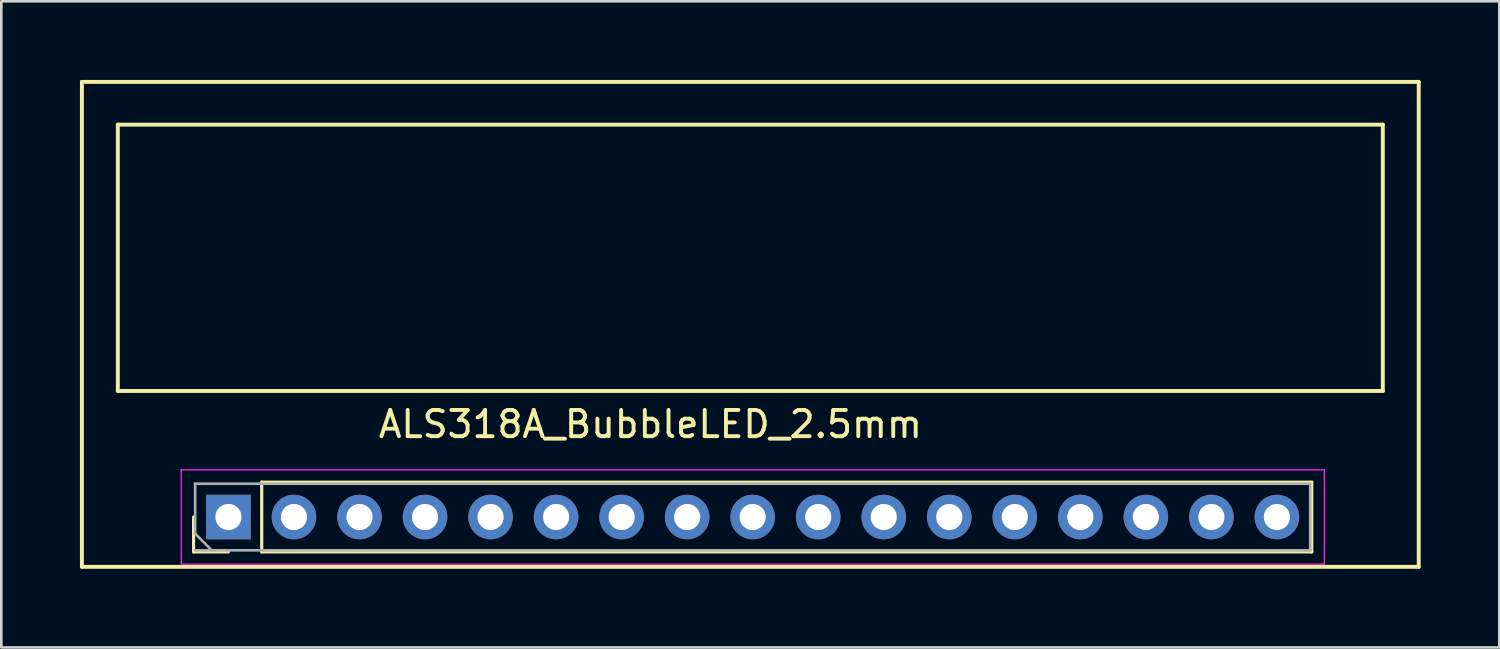
<source format=kicad_pcb>
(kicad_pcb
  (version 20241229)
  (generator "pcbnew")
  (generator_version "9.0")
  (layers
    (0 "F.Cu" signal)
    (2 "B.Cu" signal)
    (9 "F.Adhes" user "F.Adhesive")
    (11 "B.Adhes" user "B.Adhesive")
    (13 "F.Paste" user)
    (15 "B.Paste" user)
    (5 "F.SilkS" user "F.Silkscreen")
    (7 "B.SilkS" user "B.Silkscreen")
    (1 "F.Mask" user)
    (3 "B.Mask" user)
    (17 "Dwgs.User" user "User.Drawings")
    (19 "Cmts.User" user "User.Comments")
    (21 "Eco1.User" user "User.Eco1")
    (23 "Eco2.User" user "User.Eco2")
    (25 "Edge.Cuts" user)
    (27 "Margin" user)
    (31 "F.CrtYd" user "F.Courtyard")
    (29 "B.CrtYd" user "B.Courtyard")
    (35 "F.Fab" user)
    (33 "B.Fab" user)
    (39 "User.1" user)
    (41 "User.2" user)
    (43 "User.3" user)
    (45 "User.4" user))
  (footprint "ALS318A_BubbleLED_2.5mm"
    (layer "F.Cu")
    (at 26.845 16.645)
    (property "Reference" "ALS318A_BubbleLED_2.5mm" (at -5.08 -3.51 0) (layer "F.SilkS") (effects (font (size 1 1) (thickness 0.15))))
    (attr through_hole)
    (fp_line (start -26.77 -16.57) (end -26.77 1.93) (stroke (width 0.15) (type solid)) (layer "F.SilkS"))
    (fp_line (start -26.77 -16.57) (end 24.23 -16.57) (stroke (width 0.15) (type solid)) (layer "F.SilkS"))
    (fp_line (start -26.77 1.93) (end 24.23 1.93) (stroke (width 0.15) (type solid)) (layer "F.SilkS"))
    (fp_line (start -25.4 -14.94) (end 22.86 -14.94) (stroke (width 0.15) (type solid)) (layer "F.SilkS"))
    (fp_line (start -25.4 -4.78) (end -25.4 -14.94) (stroke (width 0.15) (type solid)) (layer "F.SilkS"))
    (fp_line (start -22.51 1.36) (end -22.51 0.03) (stroke (width 0.12) (type solid)) (layer "F.SilkS"))
    (fp_line (start -21.18 1.36) (end -22.51 1.36) (stroke (width 0.12) (type solid)) (layer "F.SilkS"))
    (fp_line (start -19.91 -1.3) (end 20.15 -1.3) (stroke (width 0.12) (type solid)) (layer "F.SilkS"))
    (fp_line (start -19.91 1.36) (end -19.91 -1.3) (stroke (width 0.12) (type solid)) (layer "F.SilkS"))
    (fp_line (start -19.91 1.36) (end 20.15 1.36) (stroke (width 0.12) (type solid)) (layer "F.SilkS"))
    (fp_line (start 20.15 1.36) (end 20.15 -1.3) (stroke (width 0.12) (type solid)) (layer "F.SilkS"))
    (fp_line (start 22.86 -14.94) (end 22.86 -4.78) (stroke (width 0.15) (type solid)) (layer "F.SilkS"))
    (fp_line (start 22.86 -4.78) (end -25.4 -4.78) (stroke (width 0.15) (type solid)) (layer "F.SilkS"))
    (fp_line (start 24.23 -16.57) (end 24.23 1.93) (stroke (width 0.15) (type solid)) (layer "F.SilkS"))
    (fp_line (start -22.98 -1.77) (end -22.98 1.83) (stroke (width 0.05) (type solid)) (layer "F.CrtYd"))
    (fp_line (start -22.98 1.83) (end 20.63 1.83) (stroke (width 0.05) (type solid)) (layer "F.CrtYd"))
    (fp_line (start 20.63 -1.77) (end -22.98 -1.77) (stroke (width 0.05) (type solid)) (layer "F.CrtYd"))
    (fp_line (start 20.63 1.83) (end 20.63 -1.77) (stroke (width 0.05) (type solid)) (layer "F.CrtYd"))
    (fp_line (start -22.46 -1.24) (end 20.09 -1.24) (stroke (width 0.1) (type solid)) (layer "F.Fab"))
    (fp_line (start -22.45 0.665) (end -22.45 -1.24) (stroke (width 0.1) (type solid)) (layer "F.Fab"))
    (fp_line (start -21.815 1.3) (end -22.45 0.665) (stroke (width 0.1) (type solid)) (layer "F.Fab"))
    (fp_line (start 20.09 -1.24) (end 20.09 1.3) (stroke (width 0.1) (type solid)) (layer "F.Fab"))
    (fp_line (start 20.09 1.3) (end -22.455 1.3) (stroke (width 0.1) (type solid)) (layer "F.Fab"))
    (pad "1" thru_hole rect (at -21.18 0.03 90) (size 1.7 1.7) (drill 1) (layers "*.Cu" "*.Mask"))
    (pad "2" thru_hole oval (at -18.68 0.03 90) (size 1.7 1.7) (drill 1) (layers "*.Cu" "*.Mask"))
    (pad "3" thru_hole oval (at -16.18 0.03 90) (size 1.7 1.7) (drill 1) (layers "*.Cu" "*.Mask"))
    (pad "4" thru_hole oval (at -13.68 0.03 90) (size 1.7 1.7) (drill 1) (layers "*.Cu" "*.Mask"))
    (pad "5" thru_hole oval (at -11.18 0.03 90) (size 1.7 1.7) (drill 1) (layers "*.Cu" "*.Mask"))
    (pad "6" thru_hole oval (at -8.68 0.03 90) (size 1.7 1.7) (drill 1) (layers "*.Cu" "*.Mask"))
    (pad "7" thru_hole oval (at -6.18 0.03 90) (size 1.7 1.7) (drill 1) (layers "*.Cu" "*.Mask"))
    (pad "8" thru_hole oval (at -3.68 0.03 90) (size 1.7 1.7) (drill 1) (layers "*.Cu" "*.Mask"))
    (pad "9" thru_hole oval (at -1.18 0.03 90) (size 1.7 1.7) (drill 1) (layers "*.Cu" "*.Mask"))
    (pad "10" thru_hole oval (at 1.32 0.03 90) (size 1.7 1.7) (drill 1) (layers "*.Cu" "*.Mask"))
    (pad "11" thru_hole oval (at 3.82 0.03 90) (size 1.7 1.7) (drill 1) (layers "*.Cu" "*.Mask"))
    (pad "12" thru_hole oval (at 6.32 0.03 90) (size 1.7 1.7) (drill 1) (layers "*.Cu" "*.Mask"))
    (pad "13" thru_hole oval (at 8.82 0.03 90) (size 1.7 1.7) (drill 1) (layers "*.Cu" "*.Mask"))
    (pad "14" thru_hole oval (at 11.32 0.03 90) (size 1.7 1.7) (drill 1) (layers "*.Cu" "*.Mask"))
    (pad "15" thru_hole oval (at 13.82 0.03 90) (size 1.7 1.7) (drill 1) (layers "*.Cu" "*.Mask"))
    (pad "16" thru_hole oval (at 16.32 0.03 90) (size 1.7 1.7) (drill 1) (layers "*.Cu" "*.Mask"))
    (pad "17" thru_hole oval (at 18.82 0.03 90) (size 1.7 1.7) (drill 1) (layers "*.Cu" "*.Mask")))
  (gr_rect
    (start -3 -3)
    (end 54.15 21.65)
    (stroke (width 0.1) (type default))
    (fill no)
    (layer "Edge.Cuts")))
</source>
